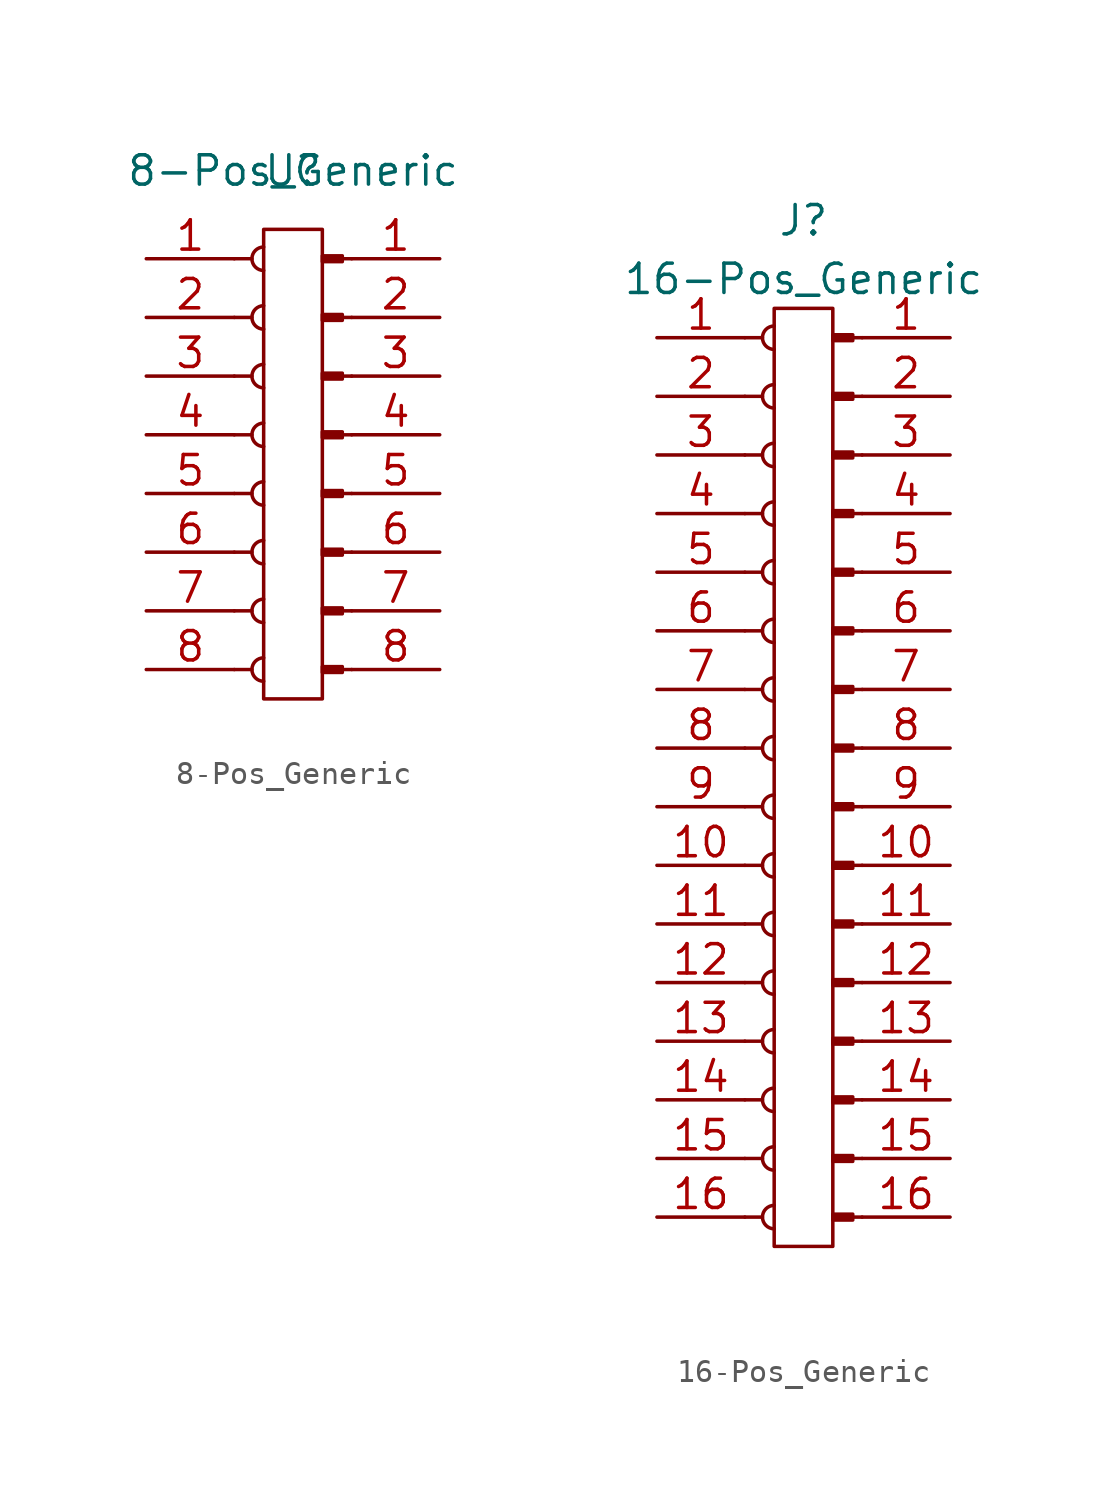
<source format=kicad_sym>
(kicad_symbol_lib
  (version 20211014)
  (generator kicad_symbol_editor)
  (symbol "8-Pos_Generic"
    (property "Reference" "U"
      (at 0 0 0)
      (effects (font (size 1.27 1.27))))
    (property "Value" "8-Pos_Generic"
      (at 0 0 0)
      (effects (font (size 1.27 1.27))))
    (symbol "8-Pos_Generic_0_1"
      (rectangle (start -1.27 -2.54) (end 1.27 -22.86) (stroke (width 0) (type default) (color 0 0 0 0)) (fill (type none))))
    (symbol "8-Pos_Generic_1_1"
      (arc (start -1.27 -21.082) (mid -1.778 -21.59) (end -1.27 -22.098) (stroke (width 0.1524) (type default) (color 0 0 0 0)) (fill (type none)))
      (arc (start -1.27 -18.542) (mid -1.778 -19.05) (end -1.27 -19.558) (stroke (width 0.1524) (type default) (color 0 0 0 0)) (fill (type none)))
      (arc (start -1.27 -16.002) (mid -1.778 -16.51) (end -1.27 -17.018) (stroke (width 0.1524) (type default) (color 0 0 0 0)) (fill (type none)))
      (arc (start -1.27 -13.462) (mid -1.778 -13.97) (end -1.27 -14.478) (stroke (width 0.1524) (type default) (color 0 0 0 0)) (fill (type none)))
      (arc (start -1.27 -10.922) (mid -1.778 -11.43) (end -1.27 -11.938) (stroke (width 0.1524) (type default) (color 0 0 0 0)) (fill (type none)))
      (arc (start -1.27 -8.382) (mid -1.778 -8.89) (end -1.27 -9.398) (stroke (width 0.1524) (type default) (color 0 0 0 0)) (fill (type none)))
      (arc (start -1.27 -5.842) (mid -1.778 -6.35) (end -1.27 -6.858) (stroke (width 0.1524) (type default) (color 0 0 0 0)) (fill (type none)))
      (arc (start -1.27 -3.302) (mid -1.778 -3.81) (end -1.27 -4.318) (stroke (width 0.1524) (type default) (color 0 0 0 0)) (fill (type none)))
      (polyline (pts (xy -2.54 -21.59) (xy -1.778 -21.59)) (stroke (width 0.152) (type default) (color 0 0 0 0)) (fill (type none)))
      (polyline (pts (xy -2.54 -19.05) (xy -1.778 -19.05)) (stroke (width 0.152) (type default) (color 0 0 0 0)) (fill (type none)))
      (polyline (pts (xy -2.54 -16.51) (xy -1.778 -16.51)) (stroke (width 0.152) (type default) (color 0 0 0 0)) (fill (type none)))
      (polyline (pts (xy -2.54 -13.97) (xy -1.778 -13.97)) (stroke (width 0.152) (type default) (color 0 0 0 0)) (fill (type none)))
      (polyline (pts (xy -2.54 -11.43) (xy -1.778 -11.43)) (stroke (width 0.152) (type default) (color 0 0 0 0)) (fill (type none)))
      (polyline (pts (xy -2.54 -8.89) (xy -1.778 -8.89)) (stroke (width 0.152) (type default) (color 0 0 0 0)) (fill (type none)))
      (polyline (pts (xy -2.54 -6.35) (xy -1.778 -6.35)) (stroke (width 0.152) (type default) (color 0 0 0 0)) (fill (type none)))
      (polyline (pts (xy -2.54 -3.81) (xy -1.778 -3.81)) (stroke (width 0.152) (type default) (color 0 0 0 0)) (fill (type none)))
      (polyline (pts (xy 2.54 -21.59) (xy 2.134 -21.59)) (stroke (width 0.152) (type default) (color 0 0 0 0)) (fill (type none)))
      (polyline (pts (xy 2.54 -19.05) (xy 2.134 -19.05)) (stroke (width 0.152) (type default) (color 0 0 0 0)) (fill (type none)))
      (polyline (pts (xy 2.54 -16.51) (xy 2.134 -16.51)) (stroke (width 0.152) (type default) (color 0 0 0 0)) (fill (type none)))
      (polyline (pts (xy 2.54 -13.97) (xy 2.134 -13.97)) (stroke (width 0.152) (type default) (color 0 0 0 0)) (fill (type none)))
      (polyline (pts (xy 2.54 -11.43) (xy 2.134 -11.43)) (stroke (width 0.152) (type default) (color 0 0 0 0)) (fill (type none)))
      (polyline (pts (xy 2.54 -8.89) (xy 2.134 -8.89)) (stroke (width 0.152) (type default) (color 0 0 0 0)) (fill (type none)))
      (polyline (pts (xy 2.54 -6.35) (xy 2.134 -6.35)) (stroke (width 0.152) (type default) (color 0 0 0 0)) (fill (type none)))
      (polyline (pts (xy 2.54 -3.81) (xy 2.134 -3.81)) (stroke (width 0.152) (type default) (color 0 0 0 0)) (fill (type none)))
      (rectangle (start 2.134 -21.463) (end 1.27 -21.717) (stroke (width 0.152) (type default) (color 0 0 0 0)) (fill (type outline)))
      (rectangle (start 2.134 -18.923) (end 1.27 -19.177) (stroke (width 0.152) (type default) (color 0 0 0 0)) (fill (type outline)))
      (rectangle (start 2.134 -16.383) (end 1.27 -16.637) (stroke (width 0.152) (type default) (color 0 0 0 0)) (fill (type outline)))
      (rectangle (start 2.134 -13.843) (end 1.27 -14.097) (stroke (width 0.152) (type default) (color 0 0 0 0)) (fill (type outline)))
      (rectangle (start 2.134 -11.303) (end 1.27 -11.557) (stroke (width 0.152) (type default) (color 0 0 0 0)) (fill (type outline)))
      (rectangle (start 2.134 -8.763) (end 1.27 -9.017) (stroke (width 0.152) (type default) (color 0 0 0 0)) (fill (type outline)))
      (rectangle (start 2.134 -6.223) (end 1.27 -6.477) (stroke (width 0.152) (type default) (color 0 0 0 0)) (fill (type outline)))
      (rectangle (start 2.134 -3.683) (end 1.27 -3.937) (stroke (width 0.152) (type default) (color 0 0 0 0)) (fill (type outline)))
      (pin passive line (at -6.35 -3.81 0) (length 3.81) (name "~" (effects (font (size 1.27 1.27)))) (number "1" (effects (font (size 1.27 1.27)))))
      (pin passive line (at 6.35 -3.81 180) (length 3.81) (name "~" (effects (font (size 1.27 1.27)))) (number "1" (effects (font (size 1.27 1.27)))))
      (pin passive line (at -6.35 -6.35 0) (length 3.81) (name "~" (effects (font (size 1.27 1.27)))) (number "2" (effects (font (size 1.27 1.27)))))
      (pin passive line (at 6.35 -6.35 180) (length 3.81) (name "~" (effects (font (size 1.27 1.27)))) (number "2" (effects (font (size 1.27 1.27)))))
      (pin passive line (at -6.35 -8.89 0) (length 3.81) (name "~" (effects (font (size 1.27 1.27)))) (number "3" (effects (font (size 1.27 1.27)))))
      (pin passive line (at 6.35 -8.89 180) (length 3.81) (name "~" (effects (font (size 1.27 1.27)))) (number "3" (effects (font (size 1.27 1.27)))))
      (pin passive line (at -6.35 -11.43 0) (length 3.81) (name "~" (effects (font (size 1.27 1.27)))) (number "4" (effects (font (size 1.27 1.27)))))
      (pin passive line (at 6.35 -11.43 180) (length 3.81) (name "~" (effects (font (size 1.27 1.27)))) (number "4" (effects (font (size 1.27 1.27)))))
      (pin passive line (at -6.35 -13.97 0) (length 3.81) (name "~" (effects (font (size 1.27 1.27)))) (number "5" (effects (font (size 1.27 1.27)))))
      (pin passive line (at 6.35 -13.97 180) (length 3.81) (name "~" (effects (font (size 1.27 1.27)))) (number "5" (effects (font (size 1.27 1.27)))))
      (pin passive line (at -6.35 -16.51 0) (length 3.81) (name "~" (effects (font (size 1.27 1.27)))) (number "6" (effects (font (size 1.27 1.27)))))
      (pin passive line (at 6.35 -16.51 180) (length 3.81) (name "~" (effects (font (size 1.27 1.27)))) (number "6" (effects (font (size 1.27 1.27)))))
      (pin passive line (at -6.35 -19.05 0) (length 3.81) (name "~" (effects (font (size 1.27 1.27)))) (number "7" (effects (font (size 1.27 1.27)))))
      (pin passive line (at 6.35 -19.05 180) (length 3.81) (name "~" (effects (font (size 1.27 1.27)))) (number "7" (effects (font (size 1.27 1.27)))))
      (pin passive line (at -6.35 -21.59 0) (length 3.81) (name "~" (effects (font (size 1.27 1.27)))) (number "8" (effects (font (size 1.27 1.27)))))
      (pin passive line (at 6.35 -21.59 180) (length 3.81) (name "~" (effects (font (size 1.27 1.27)))) (number "8" (effects (font (size 1.27 1.27)))))))
  (symbol "16-Pos_Generic"
    (pin_names
      (offset 1.016))
    (property "Reference" "J"
      (at 0 5.08 0)
      (effects (font (size 1.27 1.27))))
    (property "Value" "16-Pos_Generic"
      (at 0 2.54 0)
      (effects (font (size 1.27 1.27))))
    (symbol "16-Pos_Generic_1_1"
      (arc (start -1.27 -37.592) (mid -1.778 -38.1) (end -1.27 -38.608) (stroke (width 0.1524) (type default) (color 0 0 0 0)) (fill (type none)))
      (arc (start -1.27 -35.052) (mid -1.778 -35.56) (end -1.27 -36.068) (stroke (width 0.1524) (type default) (color 0 0 0 0)) (fill (type none)))
      (arc (start -1.27 -32.512) (mid -1.778 -33.02) (end -1.27 -33.528) (stroke (width 0.1524) (type default) (color 0 0 0 0)) (fill (type none)))
      (arc (start -1.27 -29.972) (mid -1.778 -30.48) (end -1.27 -30.988) (stroke (width 0.1524) (type default) (color 0 0 0 0)) (fill (type none)))
      (arc (start -1.27 -27.432) (mid -1.778 -27.94) (end -1.27 -28.448) (stroke (width 0.1524) (type default) (color 0 0 0 0)) (fill (type none)))
      (arc (start -1.27 -24.892) (mid -1.778 -25.4) (end -1.27 -25.908) (stroke (width 0.1524) (type default) (color 0 0 0 0)) (fill (type none)))
      (arc (start -1.27 -22.352) (mid -1.778 -22.86) (end -1.27 -23.368) (stroke (width 0.1524) (type default) (color 0 0 0 0)) (fill (type none)))
      (arc (start -1.27 -19.812) (mid -1.778 -20.32) (end -1.27 -20.828) (stroke (width 0.1524) (type default) (color 0 0 0 0)) (fill (type none)))
      (arc (start -1.27 -17.272) (mid -1.778 -17.78) (end -1.27 -18.288) (stroke (width 0.1524) (type default) (color 0 0 0 0)) (fill (type none)))
      (arc (start -1.27 -14.732) (mid -1.778 -15.24) (end -1.27 -15.748) (stroke (width 0.1524) (type default) (color 0 0 0 0)) (fill (type none)))
      (arc (start -1.27 -12.192) (mid -1.778 -12.7) (end -1.27 -13.208) (stroke (width 0.1524) (type default) (color 0 0 0 0)) (fill (type none)))
      (arc (start -1.27 -9.652) (mid -1.778 -10.16) (end -1.27 -10.668) (stroke (width 0.1524) (type default) (color 0 0 0 0)) (fill (type none)))
      (arc (start -1.27 -7.112) (mid -1.778 -7.62) (end -1.27 -8.128) (stroke (width 0.1524) (type default) (color 0 0 0 0)) (fill (type none)))
      (arc (start -1.27 -4.572) (mid -1.778 -5.08) (end -1.27 -5.588) (stroke (width 0.1524) (type default) (color 0 0 0 0)) (fill (type none)))
      (arc (start -1.27 -2.032) (mid -1.778 -2.54) (end -1.27 -3.048) (stroke (width 0.1524) (type default) (color 0 0 0 0)) (fill (type none)))
      (arc (start -1.27 0.508) (mid -1.778 0) (end -1.27 -0.508) (stroke (width 0.1524) (type default) (color 0 0 0 0)) (fill (type none)))
      (rectangle (start -1.27 1.27) (end 1.27 -39.37) (stroke (width 0) (type default) (color 0 0 0 0)) (fill (type none)))
      (polyline (pts (xy -2.54 -38.1) (xy -1.778 -38.1)) (stroke (width 0.152) (type default) (color 0 0 0 0)) (fill (type none)))
      (polyline (pts (xy -2.54 -35.56) (xy -1.778 -35.56)) (stroke (width 0.152) (type default) (color 0 0 0 0)) (fill (type none)))
      (polyline (pts (xy -2.54 -33.02) (xy -1.778 -33.02)) (stroke (width 0.152) (type default) (color 0 0 0 0)) (fill (type none)))
      (polyline (pts (xy -2.54 -30.48) (xy -1.778 -30.48)) (stroke (width 0.152) (type default) (color 0 0 0 0)) (fill (type none)))
      (polyline (pts (xy -2.54 -27.94) (xy -1.778 -27.94)) (stroke (width 0.152) (type default) (color 0 0 0 0)) (fill (type none)))
      (polyline (pts (xy -2.54 -25.4) (xy -1.778 -25.4)) (stroke (width 0.152) (type default) (color 0 0 0 0)) (fill (type none)))
      (polyline (pts (xy -2.54 -22.86) (xy -1.778 -22.86)) (stroke (width 0.152) (type default) (color 0 0 0 0)) (fill (type none)))
      (polyline (pts (xy -2.54 -20.32) (xy -1.778 -20.32)) (stroke (width 0.152) (type default) (color 0 0 0 0)) (fill (type none)))
      (polyline (pts (xy -2.54 -17.78) (xy -1.778 -17.78)) (stroke (width 0.152) (type default) (color 0 0 0 0)) (fill (type none)))
      (polyline (pts (xy -2.54 -15.24) (xy -1.778 -15.24)) (stroke (width 0.152) (type default) (color 0 0 0 0)) (fill (type none)))
      (polyline (pts (xy -2.54 -12.7) (xy -1.778 -12.7)) (stroke (width 0.152) (type default) (color 0 0 0 0)) (fill (type none)))
      (polyline (pts (xy -2.54 -10.16) (xy -1.778 -10.16)) (stroke (width 0.152) (type default) (color 0 0 0 0)) (fill (type none)))
      (polyline (pts (xy -2.54 -7.62) (xy -1.778 -7.62)) (stroke (width 0.152) (type default) (color 0 0 0 0)) (fill (type none)))
      (polyline (pts (xy -2.54 -5.08) (xy -1.778 -5.08)) (stroke (width 0.152) (type default) (color 0 0 0 0)) (fill (type none)))
      (polyline (pts (xy -2.54 -2.54) (xy -1.778 -2.54)) (stroke (width 0.152) (type default) (color 0 0 0 0)) (fill (type none)))
      (polyline (pts (xy -2.54 0) (xy -1.778 0)) (stroke (width 0.152) (type default) (color 0 0 0 0)) (fill (type none)))
      (polyline (pts (xy 2.54 -38.1) (xy 2.134 -38.1)) (stroke (width 0.152) (type default) (color 0 0 0 0)) (fill (type none)))
      (polyline (pts (xy 2.54 -35.56) (xy 2.134 -35.56)) (stroke (width 0.152) (type default) (color 0 0 0 0)) (fill (type none)))
      (polyline (pts (xy 2.54 -33.02) (xy 2.134 -33.02)) (stroke (width 0.152) (type default) (color 0 0 0 0)) (fill (type none)))
      (polyline (pts (xy 2.54 -30.48) (xy 2.134 -30.48)) (stroke (width 0.152) (type default) (color 0 0 0 0)) (fill (type none)))
      (polyline (pts (xy 2.54 -27.94) (xy 2.134 -27.94)) (stroke (width 0.152) (type default) (color 0 0 0 0)) (fill (type none)))
      (polyline (pts (xy 2.54 -25.4) (xy 2.134 -25.4)) (stroke (width 0.152) (type default) (color 0 0 0 0)) (fill (type none)))
      (polyline (pts (xy 2.54 -22.86) (xy 2.134 -22.86)) (stroke (width 0.152) (type default) (color 0 0 0 0)) (fill (type none)))
      (polyline (pts (xy 2.54 -20.32) (xy 2.134 -20.32)) (stroke (width 0.152) (type default) (color 0 0 0 0)) (fill (type none)))
      (polyline (pts (xy 2.54 -17.78) (xy 2.134 -17.78)) (stroke (width 0.152) (type default) (color 0 0 0 0)) (fill (type none)))
      (polyline (pts (xy 2.54 -15.24) (xy 2.134 -15.24)) (stroke (width 0.152) (type default) (color 0 0 0 0)) (fill (type none)))
      (polyline (pts (xy 2.54 -12.7) (xy 2.134 -12.7)) (stroke (width 0.152) (type default) (color 0 0 0 0)) (fill (type none)))
      (polyline (pts (xy 2.54 -10.16) (xy 2.134 -10.16)) (stroke (width 0.152) (type default) (color 0 0 0 0)) (fill (type none)))
      (polyline (pts (xy 2.54 -7.62) (xy 2.134 -7.62)) (stroke (width 0.152) (type default) (color 0 0 0 0)) (fill (type none)))
      (polyline (pts (xy 2.54 -5.08) (xy 2.134 -5.08)) (stroke (width 0.152) (type default) (color 0 0 0 0)) (fill (type none)))
      (polyline (pts (xy 2.54 -2.54) (xy 2.134 -2.54)) (stroke (width 0.152) (type default) (color 0 0 0 0)) (fill (type none)))
      (polyline (pts (xy 2.54 0) (xy 2.134 0)) (stroke (width 0.152) (type default) (color 0 0 0 0)) (fill (type none)))
      (rectangle (start 2.134 -37.973) (end 1.27 -38.227) (stroke (width 0.152) (type default) (color 0 0 0 0)) (fill (type outline)))
      (rectangle (start 2.134 -35.433) (end 1.27 -35.687) (stroke (width 0.152) (type default) (color 0 0 0 0)) (fill (type outline)))
      (rectangle (start 2.134 -32.893) (end 1.27 -33.147) (stroke (width 0.152) (type default) (color 0 0 0 0)) (fill (type outline)))
      (rectangle (start 2.134 -30.353) (end 1.27 -30.607) (stroke (width 0.152) (type default) (color 0 0 0 0)) (fill (type outline)))
      (rectangle (start 2.134 -27.813) (end 1.27 -28.067) (stroke (width 0.152) (type default) (color 0 0 0 0)) (fill (type outline)))
      (rectangle (start 2.134 -25.273) (end 1.27 -25.527) (stroke (width 0.152) (type default) (color 0 0 0 0)) (fill (type outline)))
      (rectangle (start 2.134 -22.733) (end 1.27 -22.987) (stroke (width 0.152) (type default) (color 0 0 0 0)) (fill (type outline)))
      (rectangle (start 2.134 -20.193) (end 1.27 -20.447) (stroke (width 0.152) (type default) (color 0 0 0 0)) (fill (type outline)))
      (rectangle (start 2.134 -17.653) (end 1.27 -17.907) (stroke (width 0.152) (type default) (color 0 0 0 0)) (fill (type outline)))
      (rectangle (start 2.134 -15.113) (end 1.27 -15.367) (stroke (width 0.152) (type default) (color 0 0 0 0)) (fill (type outline)))
      (rectangle (start 2.134 -12.573) (end 1.27 -12.827) (stroke (width 0.152) (type default) (color 0 0 0 0)) (fill (type outline)))
      (rectangle (start 2.134 -10.033) (end 1.27 -10.287) (stroke (width 0.152) (type default) (color 0 0 0 0)) (fill (type outline)))
      (rectangle (start 2.134 -7.493) (end 1.27 -7.747) (stroke (width 0.152) (type default) (color 0 0 0 0)) (fill (type outline)))
      (rectangle (start 2.134 -4.953) (end 1.27 -5.207) (stroke (width 0.152) (type default) (color 0 0 0 0)) (fill (type outline)))
      (rectangle (start 2.134 -2.413) (end 1.27 -2.667) (stroke (width 0.152) (type default) (color 0 0 0 0)) (fill (type outline)))
      (rectangle (start 2.134 0.127) (end 1.27 -0.127) (stroke (width 0.152) (type default) (color 0 0 0 0)) (fill (type outline)))
      (pin passive line (at -6.35 0 0) (length 3.81) (name "~" (effects (font (size 1.27 1.27)))) (number "1" (effects (font (size 1.27 1.27)))))
      (pin passive line (at 6.35 0 180) (length 3.81) (name "~" (effects (font (size 1.27 1.27)))) (number "1" (effects (font (size 1.27 1.27)))))
      (pin passive line (at -6.35 -22.86 0) (length 3.81) (name "~" (effects (font (size 1.27 1.27)))) (number "10" (effects (font (size 1.27 1.27)))))
      (pin passive line (at 6.35 -22.86 180) (length 3.81) (name "~" (effects (font (size 1.27 1.27)))) (number "10" (effects (font (size 1.27 1.27)))))
      (pin passive line (at -6.35 -25.4 0) (length 3.81) (name "~" (effects (font (size 1.27 1.27)))) (number "11" (effects (font (size 1.27 1.27)))))
      (pin passive line (at 6.35 -25.4 180) (length 3.81) (name "~" (effects (font (size 1.27 1.27)))) (number "11" (effects (font (size 1.27 1.27)))))
      (pin passive line (at -6.35 -27.94 0) (length 3.81) (name "~" (effects (font (size 1.27 1.27)))) (number "12" (effects (font (size 1.27 1.27)))))
      (pin passive line (at 6.35 -27.94 180) (length 3.81) (name "~" (effects (font (size 1.27 1.27)))) (number "12" (effects (font (size 1.27 1.27)))))
      (pin passive line (at -6.35 -30.48 0) (length 3.81) (name "~" (effects (font (size 1.27 1.27)))) (number "13" (effects (font (size 1.27 1.27)))))
      (pin passive line (at 6.35 -30.48 180) (length 3.81) (name "~" (effects (font (size 1.27 1.27)))) (number "13" (effects (font (size 1.27 1.27)))))
      (pin passive line (at -6.35 -33.02 0) (length 3.81) (name "~" (effects (font (size 1.27 1.27)))) (number "14" (effects (font (size 1.27 1.27)))))
      (pin passive line (at 6.35 -33.02 180) (length 3.81) (name "~" (effects (font (size 1.27 1.27)))) (number "14" (effects (font (size 1.27 1.27)))))
      (pin passive line (at -6.35 -35.56 0) (length 3.81) (name "~" (effects (font (size 1.27 1.27)))) (number "15" (effects (font (size 1.27 1.27)))))
      (pin passive line (at 6.35 -35.56 180) (length 3.81) (name "~" (effects (font (size 1.27 1.27)))) (number "15" (effects (font (size 1.27 1.27)))))
      (pin passive line (at -6.35 -38.1 0) (length 3.81) (name "~" (effects (font (size 1.27 1.27)))) (number "16" (effects (font (size 1.27 1.27)))))
      (pin passive line (at 6.35 -38.1 180) (length 3.81) (name "~" (effects (font (size 1.27 1.27)))) (number "16" (effects (font (size 1.27 1.27)))))
      (pin passive line (at -6.35 -2.54 0) (length 3.81) (name "~" (effects (font (size 1.27 1.27)))) (number "2" (effects (font (size 1.27 1.27)))))
      (pin passive line (at 6.35 -2.54 180) (length 3.81) (name "~" (effects (font (size 1.27 1.27)))) (number "2" (effects (font (size 1.27 1.27)))))
      (pin passive line (at -6.35 -5.08 0) (length 3.81) (name "~" (effects (font (size 1.27 1.27)))) (number "3" (effects (font (size 1.27 1.27)))))
      (pin passive line (at 6.35 -5.08 180) (length 3.81) (name "~" (effects (font (size 1.27 1.27)))) (number "3" (effects (font (size 1.27 1.27)))))
      (pin passive line (at -6.35 -7.62 0) (length 3.81) (name "~" (effects (font (size 1.27 1.27)))) (number "4" (effects (font (size 1.27 1.27)))))
      (pin passive line (at 6.35 -7.62 180) (length 3.81) (name "~" (effects (font (size 1.27 1.27)))) (number "4" (effects (font (size 1.27 1.27)))))
      (pin passive line (at -6.35 -10.16 0) (length 3.81) (name "~" (effects (font (size 1.27 1.27)))) (number "5" (effects (font (size 1.27 1.27)))))
      (pin passive line (at 6.35 -10.16 180) (length 3.81) (name "~" (effects (font (size 1.27 1.27)))) (number "5" (effects (font (size 1.27 1.27)))))
      (pin passive line (at -6.35 -12.7 0) (length 3.81) (name "~" (effects (font (size 1.27 1.27)))) (number "6" (effects (font (size 1.27 1.27)))))
      (pin passive line (at 6.35 -12.7 180) (length 3.81) (name "~" (effects (font (size 1.27 1.27)))) (number "6" (effects (font (size 1.27 1.27)))))
      (pin passive line (at -6.35 -15.24 0) (length 3.81) (name "~" (effects (font (size 1.27 1.27)))) (number "7" (effects (font (size 1.27 1.27)))))
      (pin passive line (at 6.35 -15.24 180) (length 3.81) (name "~" (effects (font (size 1.27 1.27)))) (number "7" (effects (font (size 1.27 1.27)))))
      (pin passive line (at -6.35 -17.78 0) (length 3.81) (name "~" (effects (font (size 1.27 1.27)))) (number "8" (effects (font (size 1.27 1.27)))))
      (pin passive line (at 6.35 -17.78 180) (length 3.81) (name "~" (effects (font (size 1.27 1.27)))) (number "8" (effects (font (size 1.27 1.27)))))
      (pin passive line (at -6.35 -20.32 0) (length 3.81) (name "~" (effects (font (size 1.27 1.27)))) (number "9" (effects (font (size 1.27 1.27)))))
      (pin passive line (at 6.35 -20.32 180) (length 3.81) (name "~" (effects (font (size 1.27 1.27)))) (number "9" (effects (font (size 1.27 1.27))))))))
</source>
